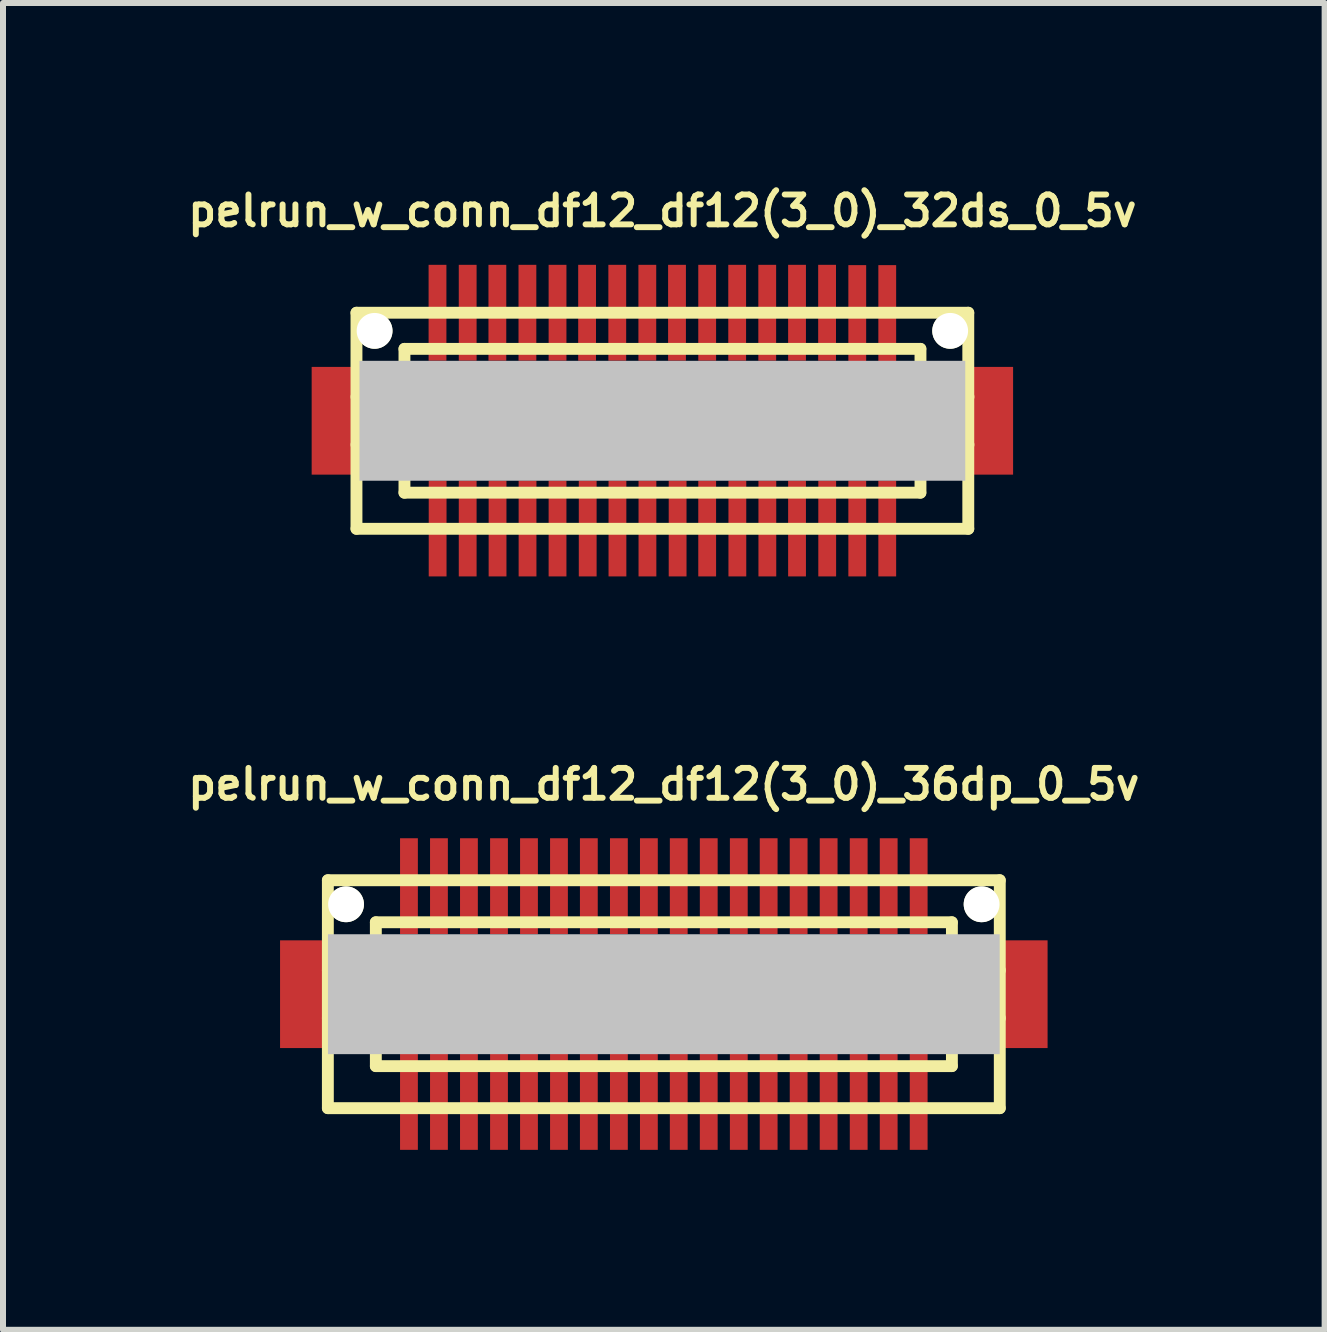
<source format=kicad_pcb>
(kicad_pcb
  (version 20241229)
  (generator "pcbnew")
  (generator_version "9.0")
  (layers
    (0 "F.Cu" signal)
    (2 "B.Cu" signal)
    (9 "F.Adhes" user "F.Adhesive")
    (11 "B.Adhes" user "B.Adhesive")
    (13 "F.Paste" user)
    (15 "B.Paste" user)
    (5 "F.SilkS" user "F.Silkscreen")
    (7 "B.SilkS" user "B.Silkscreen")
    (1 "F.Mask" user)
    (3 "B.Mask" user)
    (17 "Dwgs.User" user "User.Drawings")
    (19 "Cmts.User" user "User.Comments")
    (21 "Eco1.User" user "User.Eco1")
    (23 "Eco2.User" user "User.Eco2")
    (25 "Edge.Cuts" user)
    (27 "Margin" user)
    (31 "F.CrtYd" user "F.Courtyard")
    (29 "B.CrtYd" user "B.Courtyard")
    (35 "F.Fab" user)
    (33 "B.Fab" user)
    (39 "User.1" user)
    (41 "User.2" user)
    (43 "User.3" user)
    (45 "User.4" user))
  (footprint "pelrun_w_conn_df12_df12(3_0)_32ds_0_5v"
    (layer "F.Cu")
    (at 7.993 3.965)
    (property "Reference" "pelrun_w_conn_df12_df12(3_0)_32ds_0_5v" (at 0 -3.5 0) (layer "F.SilkS") (effects (font (size 0.498 0.498) (thickness 0.099))))
    (attr through_hole)
    (fp_line (start -5.1 -1.801) (end 5.1 -1.801) (stroke (width 0.198) (type solid)) (layer "F.SilkS"))
    (fp_line (start -5.1 1.801) (end -5.1 -1.801) (stroke (width 0.198) (type solid)) (layer "F.SilkS"))
    (fp_line (start -4.3 -1.199) (end 4.3 -1.199) (stroke (width 0.198) (type solid)) (layer "F.SilkS"))
    (fp_line (start -4.3 -0.399) (end -5.1 -0.399) (stroke (width 0.198) (type solid)) (layer "F.SilkS"))
    (fp_line (start -4.3 0.399) (end -5.1 0.399) (stroke (width 0.198) (type solid)) (layer "F.SilkS"))
    (fp_line (start -4.3 0.701) (end 4.3 0.701) (stroke (width 0.198) (type solid)) (layer "F.SilkS"))
    (fp_line (start -4.3 1.199) (end -4.3 -1.199) (stroke (width 0.198) (type solid)) (layer "F.SilkS"))
    (fp_line (start 4.3 -0.701) (end -4.3 -0.701) (stroke (width 0.198) (type solid)) (layer "F.SilkS"))
    (fp_line (start 4.3 1.199) (end -4.3 1.199) (stroke (width 0.198) (type solid)) (layer "F.SilkS"))
    (fp_line (start 4.303 -1.199) (end 4.303 1.199) (stroke (width 0.198) (type solid)) (layer "F.SilkS"))
    (fp_line (start 4.303 -0.399) (end 5.103 -0.399) (stroke (width 0.198) (type solid)) (layer "F.SilkS"))
    (fp_line (start 5.1 -1.801) (end 5.1 1.801) (stroke (width 0.198) (type solid)) (layer "F.SilkS"))
    (fp_line (start 5.1 1.801) (end -5.1 1.801) (stroke (width 0.198) (type solid)) (layer "F.SilkS"))
    (fp_line (start 5.103 0.399) (end 4.303 0.399) (stroke (width 0.198) (type solid)) (layer "F.SilkS"))
    (pad "" smd rect (at -5.448 0) (size 0.798 1.796) (layers "F.Cu" "F.Mask" "F.Paste"))
    (pad "" np_thru_hole circle (at -4.798 -1.499) (size 0.597 0.597) (drill 0.597) (layers "*.Cu" "*.Mask" "F.SilkS"))
    (pad "" smd rect (at 0 0) (size 10.099 1.999) (layers "Dwgs.User"))
    (pad "" np_thru_hole circle (at 4.798 -1.499) (size 0.597 0.597) (drill 0.597) (layers "*.Cu" "*.Mask" "F.SilkS"))
    (pad "" smd rect (at 5.448 0) (size 0.798 1.796) (layers "F.Cu" "F.Mask" "F.Paste"))
    (pad "1" smd rect (at -3.747 1.796) (size 0.297 1.598) (layers "F.Cu" "F.Mask" "F.Paste"))
    (pad "2" smd rect (at -3.246 1.796) (size 0.297 1.598) (layers "F.Cu" "F.Mask" "F.Paste"))
    (pad "3" smd rect (at -2.748 1.796) (size 0.297 1.598) (layers "F.Cu" "F.Mask" "F.Paste"))
    (pad "4" smd rect (at -2.248 1.796) (size 0.297 1.598) (layers "F.Cu" "F.Mask" "F.Paste"))
    (pad "5" smd rect (at -1.748 1.796) (size 0.297 1.598) (layers "F.Cu" "F.Mask" "F.Paste"))
    (pad "6" smd rect (at -1.245 1.796) (size 0.297 1.598) (layers "F.Cu" "F.Mask" "F.Paste"))
    (pad "7" smd rect (at -0.749 1.796) (size 0.297 1.598) (layers "F.Cu" "F.Mask" "F.Paste"))
    (pad "8" smd rect (at -0.249 1.796) (size 0.297 1.598) (layers "F.Cu" "F.Mask" "F.Paste"))
    (pad "9" smd rect (at 0.254 1.796) (size 0.297 1.598) (layers "F.Cu" "F.Mask" "F.Paste"))
    (pad "10" smd rect (at 0.747 1.796) (size 0.297 1.598) (layers "F.Cu" "F.Mask" "F.Paste"))
    (pad "11" smd rect (at 1.25 1.796) (size 0.297 1.598) (layers "F.Cu" "F.Mask" "F.Paste"))
    (pad "12" smd rect (at 1.75 1.796) (size 0.297 1.598) (layers "F.Cu" "F.Mask" "F.Paste"))
    (pad "13" smd rect (at 2.245 1.796) (size 0.297 1.598) (layers "F.Cu" "F.Mask" "F.Paste"))
    (pad "14" smd rect (at 2.748 1.796) (size 0.297 1.598) (layers "F.Cu" "F.Mask" "F.Paste"))
    (pad "15" smd rect (at 3.249 1.796) (size 0.297 1.598) (layers "F.Cu" "F.Mask" "F.Paste"))
    (pad "16" smd rect (at 3.749 1.796) (size 0.297 1.598) (layers "F.Cu" "F.Mask" "F.Paste"))
    (pad "17" smd rect (at 3.749 -1.796) (size 0.297 1.598) (layers "F.Cu" "F.Mask" "F.Paste"))
    (pad "18" smd rect (at 3.249 -1.796) (size 0.297 1.598) (layers "F.Cu" "F.Mask" "F.Paste"))
    (pad "19" smd rect (at 2.746 -1.801) (size 0.297 1.598) (layers "F.Cu" "F.Mask" "F.Paste"))
    (pad "20" smd rect (at 2.245 -1.801) (size 0.297 1.598) (layers "F.Cu" "F.Mask" "F.Paste"))
    (pad "21" smd rect (at 1.748 -1.801) (size 0.297 1.598) (layers "F.Cu" "F.Mask" "F.Paste"))
    (pad "22" smd rect (at 1.247 -1.801) (size 0.297 1.598) (layers "F.Cu" "F.Mask" "F.Paste"))
    (pad "23" smd rect (at 0.747 -1.801) (size 0.297 1.598) (layers "F.Cu" "F.Mask" "F.Paste"))
    (pad "24" smd rect (at 0.244 -1.801) (size 0.297 1.598) (layers "F.Cu" "F.Mask" "F.Paste"))
    (pad "25" smd rect (at -0.251 -1.801) (size 0.297 1.598) (layers "F.Cu" "F.Mask" "F.Paste"))
    (pad "26" smd rect (at -0.752 -1.801) (size 0.297 1.598) (layers "F.Cu" "F.Mask" "F.Paste"))
    (pad "27" smd rect (at -1.255 -1.801) (size 0.297 1.598) (layers "F.Cu" "F.Mask" "F.Paste"))
    (pad "28" smd rect (at -1.748 -1.801) (size 0.297 1.598) (layers "F.Cu" "F.Mask" "F.Paste"))
    (pad "29" smd rect (at -2.25 -1.801) (size 0.297 1.598) (layers "F.Cu" "F.Mask" "F.Paste"))
    (pad "30" smd rect (at -2.751 -1.801) (size 0.297 1.598) (layers "F.Cu" "F.Mask" "F.Paste"))
    (pad "31" smd rect (at -3.246 -1.801) (size 0.297 1.598) (layers "F.Cu" "F.Mask" "F.Paste"))
    (pad "32" smd rect (at -3.749 -1.801) (size 0.297 1.598) (layers "F.Cu" "F.Mask" "F.Paste")))
  (footprint "pelrun_w_conn_df12_df12(3_0)_36dp_0_5v"
    (layer "F.Cu")
    (at 8.017 13.525)
    (property "Reference" "pelrun_w_conn_df12_df12(3_0)_36dp_0_5v" (at 0 -3.5 0) (layer "F.SilkS") (effects (font (size 0.498 0.498) (thickness 0.099))))
    (attr through_hole)
    (fp_line (start -5.601 -1.9) (end -5.601 1.9) (stroke (width 0.198) (type solid)) (layer "F.SilkS"))
    (fp_line (start -5.601 -1.9) (end 5.601 -1.9) (stroke (width 0.198) (type solid)) (layer "F.SilkS"))
    (fp_line (start -4.801 -0.399) (end -5.601 -0.399) (stroke (width 0.198) (type solid)) (layer "F.SilkS"))
    (fp_line (start -4.801 0.399) (end -5.601 0.399) (stroke (width 0.198) (type solid)) (layer "F.SilkS"))
    (fp_line (start -4.801 1.199) (end -4.801 -1.199) (stroke (width 0.198) (type solid)) (layer "F.SilkS"))
    (fp_line (start -4.801 1.199) (end 4.801 1.199) (stroke (width 0.198) (type solid)) (layer "F.SilkS"))
    (fp_line (start 4.801 -1.199) (end -4.801 -1.199) (stroke (width 0.198) (type solid)) (layer "F.SilkS"))
    (fp_line (start 4.803 -1.199) (end 4.803 1.199) (stroke (width 0.198) (type solid)) (layer "F.SilkS"))
    (fp_line (start 4.803 -0.399) (end 5.603 -0.399) (stroke (width 0.198) (type solid)) (layer "F.SilkS"))
    (fp_line (start 5.601 1.9) (end -5.601 1.9) (stroke (width 0.198) (type solid)) (layer "F.SilkS"))
    (fp_line (start 5.601 1.9) (end 5.601 -1.9) (stroke (width 0.198) (type solid)) (layer "F.SilkS"))
    (fp_line (start 5.603 0.399) (end 4.803 0.399) (stroke (width 0.198) (type solid)) (layer "F.SilkS"))
    (pad "" smd rect (at -5.999 0) (size 0.798 1.796) (layers "F.Cu" "F.Mask" "F.Paste"))
    (pad "" np_thru_hole circle (at -5.298 -1.499) (size 0.597 0.597) (drill 0.597) (layers "*.Cu" "*.Mask" "F.SilkS"))
    (pad "" smd rect (at 0 0) (size 11.199 1.999) (layers "Dwgs.User"))
    (pad "" np_thru_hole circle (at 5.298 -1.499) (size 0.597 0.597) (drill 0.597) (layers "*.Cu" "*.Mask" "F.SilkS"))
    (pad "" smd rect (at 5.999 0) (size 0.798 1.796) (layers "F.Cu" "F.Mask" "F.Paste"))
    (pad "1" smd rect (at 4.249 1.796) (size 0.297 1.598) (layers "F.Cu" "F.Mask" "F.Paste"))
    (pad "2" smd rect (at 3.749 1.796) (size 0.297 1.598) (layers "F.Cu" "F.Mask" "F.Paste"))
    (pad "3" smd rect (at 3.249 1.796) (size 0.297 1.598) (layers "F.Cu" "F.Mask" "F.Paste"))
    (pad "4" smd rect (at 2.748 1.796) (size 0.297 1.598) (layers "F.Cu" "F.Mask" "F.Paste"))
    (pad "5" smd rect (at 2.248 1.796) (size 0.297 1.598) (layers "F.Cu" "F.Mask" "F.Paste"))
    (pad "6" smd rect (at 1.748 1.796) (size 0.297 1.598) (layers "F.Cu" "F.Mask" "F.Paste"))
    (pad "7" smd rect (at 1.25 1.796) (size 0.297 1.598) (layers "F.Cu" "F.Mask" "F.Paste"))
    (pad "8" smd rect (at 0.749 1.796) (size 0.297 1.598) (layers "F.Cu" "F.Mask" "F.Paste"))
    (pad "9" smd rect (at 0.249 1.796) (size 0.297 1.598) (layers "F.Cu" "F.Mask" "F.Paste"))
    (pad "10" smd rect (at -0.249 1.796) (size 0.297 1.598) (layers "F.Cu" "F.Mask" "F.Paste"))
    (pad "11" smd rect (at -0.749 1.796) (size 0.297 1.598) (layers "F.Cu" "F.Mask" "F.Paste"))
    (pad "12" smd rect (at -1.25 1.796) (size 0.297 1.598) (layers "F.Cu" "F.Mask" "F.Paste"))
    (pad "13" smd rect (at -1.748 1.796) (size 0.297 1.598) (layers "F.Cu" "F.Mask" "F.Paste"))
    (pad "14" smd rect (at -2.248 1.796) (size 0.297 1.598) (layers "F.Cu" "F.Mask" "F.Paste"))
    (pad "15" smd rect (at -2.748 1.796) (size 0.297 1.598) (layers "F.Cu" "F.Mask" "F.Paste"))
    (pad "16" smd rect (at -3.249 1.796) (size 0.297 1.598) (layers "F.Cu" "F.Mask" "F.Paste"))
    (pad "17" smd rect (at -3.749 1.796) (size 0.297 1.598) (layers "F.Cu" "F.Mask" "F.Paste"))
    (pad "18" smd rect (at -4.249 1.796) (size 0.297 1.598) (layers "F.Cu" "F.Mask" "F.Paste"))
    (pad "19" smd rect (at -4.249 -1.801) (size 0.297 1.598) (layers "F.Cu" "F.Mask" "F.Paste"))
    (pad "20" smd rect (at -3.749 -1.801) (size 0.297 1.598) (layers "F.Cu" "F.Mask" "F.Paste"))
    (pad "21" smd rect (at -3.249 -1.801) (size 0.297 1.598) (layers "F.Cu" "F.Mask" "F.Paste"))
    (pad "22" smd rect (at -2.748 -1.801) (size 0.297 1.598) (layers "F.Cu" "F.Mask" "F.Paste"))
    (pad "23" smd rect (at -2.248 -1.801) (size 0.297 1.598) (layers "F.Cu" "F.Mask" "F.Paste"))
    (pad "24" smd rect (at -1.748 -1.801) (size 0.297 1.598) (layers "F.Cu" "F.Mask" "F.Paste"))
    (pad "25" smd rect (at -1.25 -1.801) (size 0.297 1.598) (layers "F.Cu" "F.Mask" "F.Paste"))
    (pad "26" smd rect (at -0.749 -1.801) (size 0.297 1.598) (layers "F.Cu" "F.Mask" "F.Paste"))
    (pad "27" smd rect (at -0.249 -1.801) (size 0.297 1.598) (layers "F.Cu" "F.Mask" "F.Paste"))
    (pad "28" smd rect (at 0.249 -1.801) (size 0.297 1.598) (layers "F.Cu" "F.Mask" "F.Paste"))
    (pad "29" smd rect (at 0.749 -1.801) (size 0.297 1.598) (layers "F.Cu" "F.Mask" "F.Paste"))
    (pad "30" smd rect (at 1.25 -1.801) (size 0.297 1.598) (layers "F.Cu" "F.Mask" "F.Paste"))
    (pad "31" smd rect (at 1.748 -1.801) (size 0.297 1.598) (layers "F.Cu" "F.Mask" "F.Paste"))
    (pad "32" smd rect (at 2.248 -1.801) (size 0.297 1.598) (layers "F.Cu" "F.Mask" "F.Paste"))
    (pad "33" smd rect (at 2.748 -1.801) (size 0.297 1.598) (layers "F.Cu" "F.Mask" "F.Paste"))
    (pad "34" smd rect (at 3.249 -1.801) (size 0.297 1.598) (layers "F.Cu" "F.Mask" "F.Paste"))
    (pad "35" smd rect (at 3.749 -1.801) (size 0.297 1.598) (layers "F.Cu" "F.Mask" "F.Paste"))
    (pad "36" smd rect (at 4.249 -1.801) (size 0.297 1.598) (layers "F.Cu" "F.Mask" "F.Paste")))
  (gr_rect
    (start -3 -3)
    (end 19.034 19.12)
    (stroke (width 0.1) (type default))
    (fill no)
    (layer "Edge.Cuts")))
</source>
